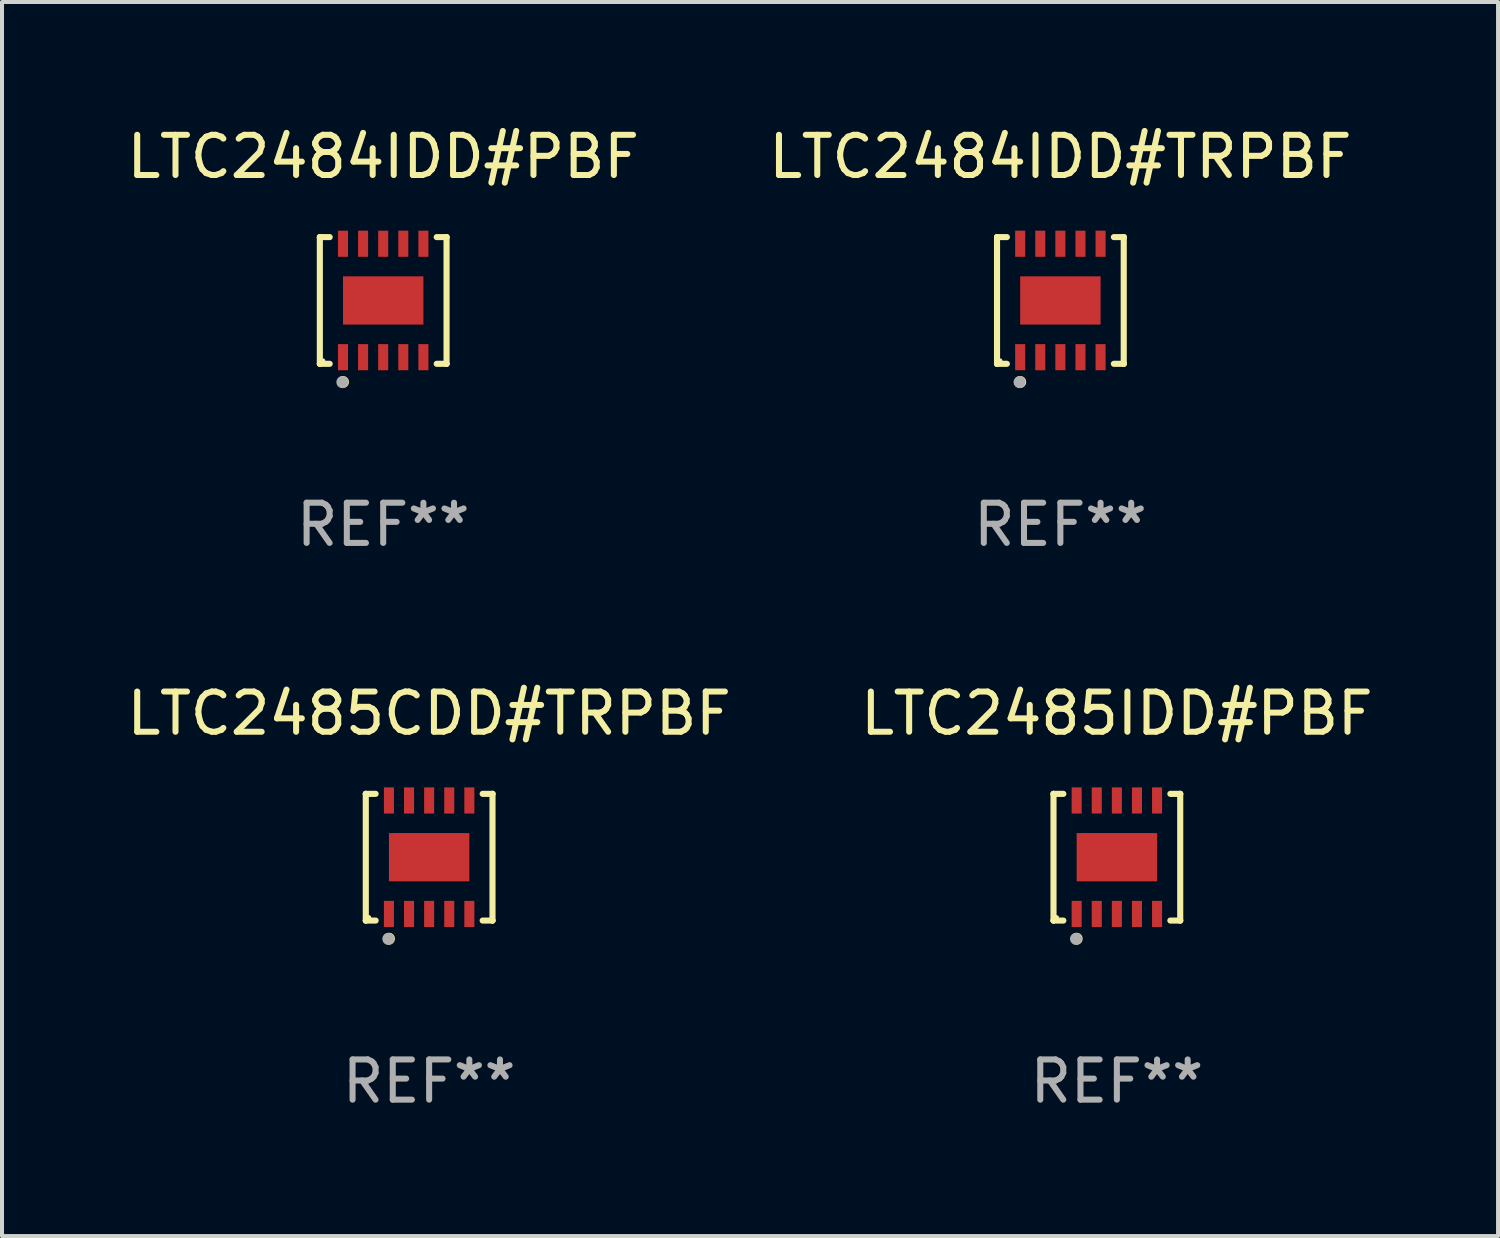
<source format=kicad_pcb>
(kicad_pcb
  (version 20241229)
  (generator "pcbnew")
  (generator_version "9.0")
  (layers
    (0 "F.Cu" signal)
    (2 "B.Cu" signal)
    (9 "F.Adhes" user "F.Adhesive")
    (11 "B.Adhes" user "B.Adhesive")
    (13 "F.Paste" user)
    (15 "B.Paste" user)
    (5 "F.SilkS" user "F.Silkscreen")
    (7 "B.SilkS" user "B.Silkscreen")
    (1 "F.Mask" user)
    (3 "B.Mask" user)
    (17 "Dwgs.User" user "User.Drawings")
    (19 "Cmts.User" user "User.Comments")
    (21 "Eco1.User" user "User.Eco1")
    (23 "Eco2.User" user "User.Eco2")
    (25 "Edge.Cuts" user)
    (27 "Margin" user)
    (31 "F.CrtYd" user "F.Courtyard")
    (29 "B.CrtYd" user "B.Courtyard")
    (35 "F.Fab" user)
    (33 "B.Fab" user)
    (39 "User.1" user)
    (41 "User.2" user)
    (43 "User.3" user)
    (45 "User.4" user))
  (footprint "LTC2485IDD#PBF"
    (layer "F.Cu")
    (at 24.732 18.273)
    (property "Reference" "LTC2485IDD#PBF" (at 0 -3.576 0) (layer "F.SilkS") (effects (font (size 1 1) (thickness 0.15))))
    (attr through_hole)
    (fp_line (start -1.576 -1.576) (end -1.576 -1.576) (stroke (width 0.152) (type solid)) (layer "F.SilkS"))
    (fp_line (start -1.576 -1.576) (end -1.331 -1.576) (stroke (width 0.152) (type solid)) (layer "F.SilkS"))
    (fp_line (start -1.576 1.576) (end -1.576 -1.576) (stroke (width 0.152) (type solid)) (layer "F.SilkS"))
    (fp_line (start -1.576 1.576) (end -1.576 1.576) (stroke (width 0.152) (type solid)) (layer "F.SilkS"))
    (fp_line (start -1.331 1.576) (end -1.576 1.576) (stroke (width 0.152) (type solid)) (layer "F.SilkS"))
    (fp_line (start 1.331 1.576) (end 1.576 1.576) (stroke (width 0.152) (type solid)) (layer "F.SilkS"))
    (fp_line (start 1.576 -1.576) (end 1.331 -1.576) (stroke (width 0.152) (type solid)) (layer "F.SilkS"))
    (fp_line (start 1.576 -1.576) (end 1.576 -1.576) (stroke (width 0.152) (type solid)) (layer "F.SilkS"))
    (fp_line (start 1.576 1.576) (end 1.576 -1.576) (stroke (width 0.152) (type solid)) (layer "F.SilkS"))
    (fp_line (start 1.576 1.576) (end 1.576 1.576) (stroke (width 0.152) (type solid)) (layer "F.SilkS"))
    (fp_circle (center -1.5 1.5) (end -1.47 1.5) (stroke (width 0.06) (type solid)) (fill no) (layer "F.SilkS"))
    (fp_circle (center -1 2.028) (end -0.925 2.028) (stroke (width 0.15) (type solid)) (fill no) (layer "F.SilkS"))
    (fp_circle (center -1.016 2.032) (end -0.941 2.032) (stroke (width 0.15) (type solid)) (fill no) (layer "F.Fab"))
    (fp_text user "REF**" (at 0 5.576 0) (layer "F.Fab") (effects (font (size 1 1) (thickness 0.15))))
    (pad "1" smd rect (at -1 1.411) (size 0.25 0.65) (layers "F.Cu" "F.Mask" "F.Paste"))
    (pad "2" smd rect (at -0.5 1.411) (size 0.25 0.65) (layers "F.Cu" "F.Mask" "F.Paste"))
    (pad "3" smd rect (at 0 1.411) (size 0.25 0.65) (layers "F.Cu" "F.Mask" "F.Paste"))
    (pad "4" smd rect (at 0.5 1.411) (size 0.25 0.65) (layers "F.Cu" "F.Mask" "F.Paste"))
    (pad "5" smd rect (at 1 1.411) (size 0.25 0.65) (layers "F.Cu" "F.Mask" "F.Paste"))
    (pad "6" smd rect (at 1 -1.411) (size 0.25 0.65) (layers "F.Cu" "F.Mask" "F.Paste"))
    (pad "7" smd rect (at 0.5 -1.411) (size 0.25 0.65) (layers "F.Cu" "F.Mask" "F.Paste"))
    (pad "8" smd rect (at 0 -1.411) (size 0.25 0.65) (layers "F.Cu" "F.Mask" "F.Paste"))
    (pad "9" smd rect (at -0.5 -1.411) (size 0.25 0.65) (layers "F.Cu" "F.Mask" "F.Paste"))
    (pad "10" smd rect (at -1 -1.411) (size 0.25 0.65) (layers "F.Cu" "F.Mask" "F.Paste"))
    (pad "11" smd rect (at 0 0) (size 2 1.2) (layers "F.Cu" "F.Mask" "F.Paste")))
  (footprint "LTC2485CDD#TRPBF"
    (layer "F.Cu")
    (at 7.625 18.273)
    (property "Reference" "LTC2485CDD#TRPBF" (at 0 -3.576 0) (layer "F.SilkS") (effects (font (size 1 1) (thickness 0.15))))
    (attr through_hole)
    (fp_line (start -1.576 -1.576) (end -1.576 -1.576) (stroke (width 0.152) (type solid)) (layer "F.SilkS"))
    (fp_line (start -1.576 -1.576) (end -1.331 -1.576) (stroke (width 0.152) (type solid)) (layer "F.SilkS"))
    (fp_line (start -1.576 1.576) (end -1.576 -1.576) (stroke (width 0.152) (type solid)) (layer "F.SilkS"))
    (fp_line (start -1.576 1.576) (end -1.576 1.576) (stroke (width 0.152) (type solid)) (layer "F.SilkS"))
    (fp_line (start -1.331 1.576) (end -1.576 1.576) (stroke (width 0.152) (type solid)) (layer "F.SilkS"))
    (fp_line (start 1.331 1.576) (end 1.576 1.576) (stroke (width 0.152) (type solid)) (layer "F.SilkS"))
    (fp_line (start 1.576 -1.576) (end 1.331 -1.576) (stroke (width 0.152) (type solid)) (layer "F.SilkS"))
    (fp_line (start 1.576 -1.576) (end 1.576 -1.576) (stroke (width 0.152) (type solid)) (layer "F.SilkS"))
    (fp_line (start 1.576 1.576) (end 1.576 -1.576) (stroke (width 0.152) (type solid)) (layer "F.SilkS"))
    (fp_line (start 1.576 1.576) (end 1.576 1.576) (stroke (width 0.152) (type solid)) (layer "F.SilkS"))
    (fp_circle (center -1.5 1.5) (end -1.47 1.5) (stroke (width 0.06) (type solid)) (fill no) (layer "F.SilkS"))
    (fp_circle (center -1 2.028) (end -0.925 2.028) (stroke (width 0.15) (type solid)) (fill no) (layer "F.SilkS"))
    (fp_circle (center -1.016 2.032) (end -0.941 2.032) (stroke (width 0.15) (type solid)) (fill no) (layer "F.Fab"))
    (fp_text user "REF**" (at 0 5.576 0) (layer "F.Fab") (effects (font (size 1 1) (thickness 0.15))))
    (pad "1" smd rect (at -1 1.411) (size 0.25 0.65) (layers "F.Cu" "F.Mask" "F.Paste"))
    (pad "2" smd rect (at -0.5 1.411) (size 0.25 0.65) (layers "F.Cu" "F.Mask" "F.Paste"))
    (pad "3" smd rect (at 0 1.411) (size 0.25 0.65) (layers "F.Cu" "F.Mask" "F.Paste"))
    (pad "4" smd rect (at 0.5 1.411) (size 0.25 0.65) (layers "F.Cu" "F.Mask" "F.Paste"))
    (pad "5" smd rect (at 1 1.411) (size 0.25 0.65) (layers "F.Cu" "F.Mask" "F.Paste"))
    (pad "6" smd rect (at 1 -1.411) (size 0.25 0.65) (layers "F.Cu" "F.Mask" "F.Paste"))
    (pad "7" smd rect (at 0.5 -1.411) (size 0.25 0.65) (layers "F.Cu" "F.Mask" "F.Paste"))
    (pad "8" smd rect (at 0 -1.411) (size 0.25 0.65) (layers "F.Cu" "F.Mask" "F.Paste"))
    (pad "9" smd rect (at -0.5 -1.411) (size 0.25 0.65) (layers "F.Cu" "F.Mask" "F.Paste"))
    (pad "10" smd rect (at -1 -1.411) (size 0.25 0.65) (layers "F.Cu" "F.Mask" "F.Paste"))
    (pad "11" smd rect (at 0 0) (size 2 1.2) (layers "F.Cu" "F.Mask" "F.Paste")))
  (footprint "LTC2484IDD#TRPBF"
    (layer "F.Cu")
    (at 23.327 4.424)
    (property "Reference" "LTC2484IDD#TRPBF" (at 0 -3.576 0) (layer "F.SilkS") (effects (font (size 1 1) (thickness 0.15))))
    (attr through_hole)
    (fp_line (start -1.576 -1.576) (end -1.576 -1.576) (stroke (width 0.152) (type solid)) (layer "F.SilkS"))
    (fp_line (start -1.576 -1.576) (end -1.331 -1.576) (stroke (width 0.152) (type solid)) (layer "F.SilkS"))
    (fp_line (start -1.576 1.576) (end -1.576 -1.576) (stroke (width 0.152) (type solid)) (layer "F.SilkS"))
    (fp_line (start -1.576 1.576) (end -1.576 1.576) (stroke (width 0.152) (type solid)) (layer "F.SilkS"))
    (fp_line (start -1.331 1.576) (end -1.576 1.576) (stroke (width 0.152) (type solid)) (layer "F.SilkS"))
    (fp_line (start 1.331 1.576) (end 1.576 1.576) (stroke (width 0.152) (type solid)) (layer "F.SilkS"))
    (fp_line (start 1.576 -1.576) (end 1.331 -1.576) (stroke (width 0.152) (type solid)) (layer "F.SilkS"))
    (fp_line (start 1.576 -1.576) (end 1.576 -1.576) (stroke (width 0.152) (type solid)) (layer "F.SilkS"))
    (fp_line (start 1.576 1.576) (end 1.576 -1.576) (stroke (width 0.152) (type solid)) (layer "F.SilkS"))
    (fp_line (start 1.576 1.576) (end 1.576 1.576) (stroke (width 0.152) (type solid)) (layer "F.SilkS"))
    (fp_circle (center -1.5 1.5) (end -1.47 1.5) (stroke (width 0.06) (type solid)) (fill no) (layer "F.SilkS"))
    (fp_circle (center -1 2.028) (end -0.925 2.028) (stroke (width 0.15) (type solid)) (fill no) (layer "F.SilkS"))
    (fp_circle (center -1.016 2.032) (end -0.941 2.032) (stroke (width 0.15) (type solid)) (fill no) (layer "F.Fab"))
    (fp_text user "REF**" (at 0 5.576 0) (layer "F.Fab") (effects (font (size 1 1) (thickness 0.15))))
    (pad "1" smd rect (at -1 1.411) (size 0.25 0.65) (layers "F.Cu" "F.Mask" "F.Paste"))
    (pad "2" smd rect (at -0.5 1.411) (size 0.25 0.65) (layers "F.Cu" "F.Mask" "F.Paste"))
    (pad "3" smd rect (at 0 1.411) (size 0.25 0.65) (layers "F.Cu" "F.Mask" "F.Paste"))
    (pad "4" smd rect (at 0.5 1.411) (size 0.25 0.65) (layers "F.Cu" "F.Mask" "F.Paste"))
    (pad "5" smd rect (at 1 1.411) (size 0.25 0.65) (layers "F.Cu" "F.Mask" "F.Paste"))
    (pad "6" smd rect (at 1 -1.411) (size 0.25 0.65) (layers "F.Cu" "F.Mask" "F.Paste"))
    (pad "7" smd rect (at 0.5 -1.411) (size 0.25 0.65) (layers "F.Cu" "F.Mask" "F.Paste"))
    (pad "8" smd rect (at 0 -1.411) (size 0.25 0.65) (layers "F.Cu" "F.Mask" "F.Paste"))
    (pad "9" smd rect (at -0.5 -1.411) (size 0.25 0.65) (layers "F.Cu" "F.Mask" "F.Paste"))
    (pad "10" smd rect (at -1 -1.411) (size 0.25 0.65) (layers "F.Cu" "F.Mask" "F.Paste"))
    (pad "11" smd rect (at 0 0) (size 2 1.2) (layers "F.Cu" "F.Mask" "F.Paste")))
  (footprint "LTC2484IDD#PBF"
    (layer "F.Cu")
    (at 6.482 4.424)
    (property "Reference" "LTC2484IDD#PBF" (at 0 -3.576 0) (layer "F.SilkS") (effects (font (size 1 1) (thickness 0.15))))
    (attr through_hole)
    (fp_line (start -1.576 -1.576) (end -1.576 -1.576) (stroke (width 0.152) (type solid)) (layer "F.SilkS"))
    (fp_line (start -1.576 -1.576) (end -1.331 -1.576) (stroke (width 0.152) (type solid)) (layer "F.SilkS"))
    (fp_line (start -1.576 1.576) (end -1.576 -1.576) (stroke (width 0.152) (type solid)) (layer "F.SilkS"))
    (fp_line (start -1.576 1.576) (end -1.576 1.576) (stroke (width 0.152) (type solid)) (layer "F.SilkS"))
    (fp_line (start -1.331 1.576) (end -1.576 1.576) (stroke (width 0.152) (type solid)) (layer "F.SilkS"))
    (fp_line (start 1.331 1.576) (end 1.576 1.576) (stroke (width 0.152) (type solid)) (layer "F.SilkS"))
    (fp_line (start 1.576 -1.576) (end 1.331 -1.576) (stroke (width 0.152) (type solid)) (layer "F.SilkS"))
    (fp_line (start 1.576 -1.576) (end 1.576 -1.576) (stroke (width 0.152) (type solid)) (layer "F.SilkS"))
    (fp_line (start 1.576 1.576) (end 1.576 -1.576) (stroke (width 0.152) (type solid)) (layer "F.SilkS"))
    (fp_line (start 1.576 1.576) (end 1.576 1.576) (stroke (width 0.152) (type solid)) (layer "F.SilkS"))
    (fp_circle (center -1.5 1.5) (end -1.47 1.5) (stroke (width 0.06) (type solid)) (fill no) (layer "F.SilkS"))
    (fp_circle (center -1 2.028) (end -0.925 2.028) (stroke (width 0.15) (type solid)) (fill no) (layer "F.SilkS"))
    (fp_circle (center -1.016 2.032) (end -0.941 2.032) (stroke (width 0.15) (type solid)) (fill no) (layer "F.Fab"))
    (fp_text user "REF**" (at 0 5.576 0) (layer "F.Fab") (effects (font (size 1 1) (thickness 0.15))))
    (pad "1" smd rect (at -1 1.411) (size 0.25 0.65) (layers "F.Cu" "F.Mask" "F.Paste"))
    (pad "2" smd rect (at -0.5 1.411) (size 0.25 0.65) (layers "F.Cu" "F.Mask" "F.Paste"))
    (pad "3" smd rect (at 0 1.411) (size 0.25 0.65) (layers "F.Cu" "F.Mask" "F.Paste"))
    (pad "4" smd rect (at 0.5 1.411) (size 0.25 0.65) (layers "F.Cu" "F.Mask" "F.Paste"))
    (pad "5" smd rect (at 1 1.411) (size 0.25 0.65) (layers "F.Cu" "F.Mask" "F.Paste"))
    (pad "6" smd rect (at 1 -1.411) (size 0.25 0.65) (layers "F.Cu" "F.Mask" "F.Paste"))
    (pad "7" smd rect (at 0.5 -1.411) (size 0.25 0.65) (layers "F.Cu" "F.Mask" "F.Paste"))
    (pad "8" smd rect (at 0 -1.411) (size 0.25 0.65) (layers "F.Cu" "F.Mask" "F.Paste"))
    (pad "9" smd rect (at -0.5 -1.411) (size 0.25 0.65) (layers "F.Cu" "F.Mask" "F.Paste"))
    (pad "10" smd rect (at -1 -1.411) (size 0.25 0.65) (layers "F.Cu" "F.Mask" "F.Paste"))
    (pad "11" smd rect (at 0 0) (size 2 1.2) (layers "F.Cu" "F.Mask" "F.Paste")))
  (gr_rect
    (start -3 -3)
    (end 34.214 27.698)
    (stroke (width 0.1) (type default))
    (fill no)
    (layer "Edge.Cuts")))
</source>
